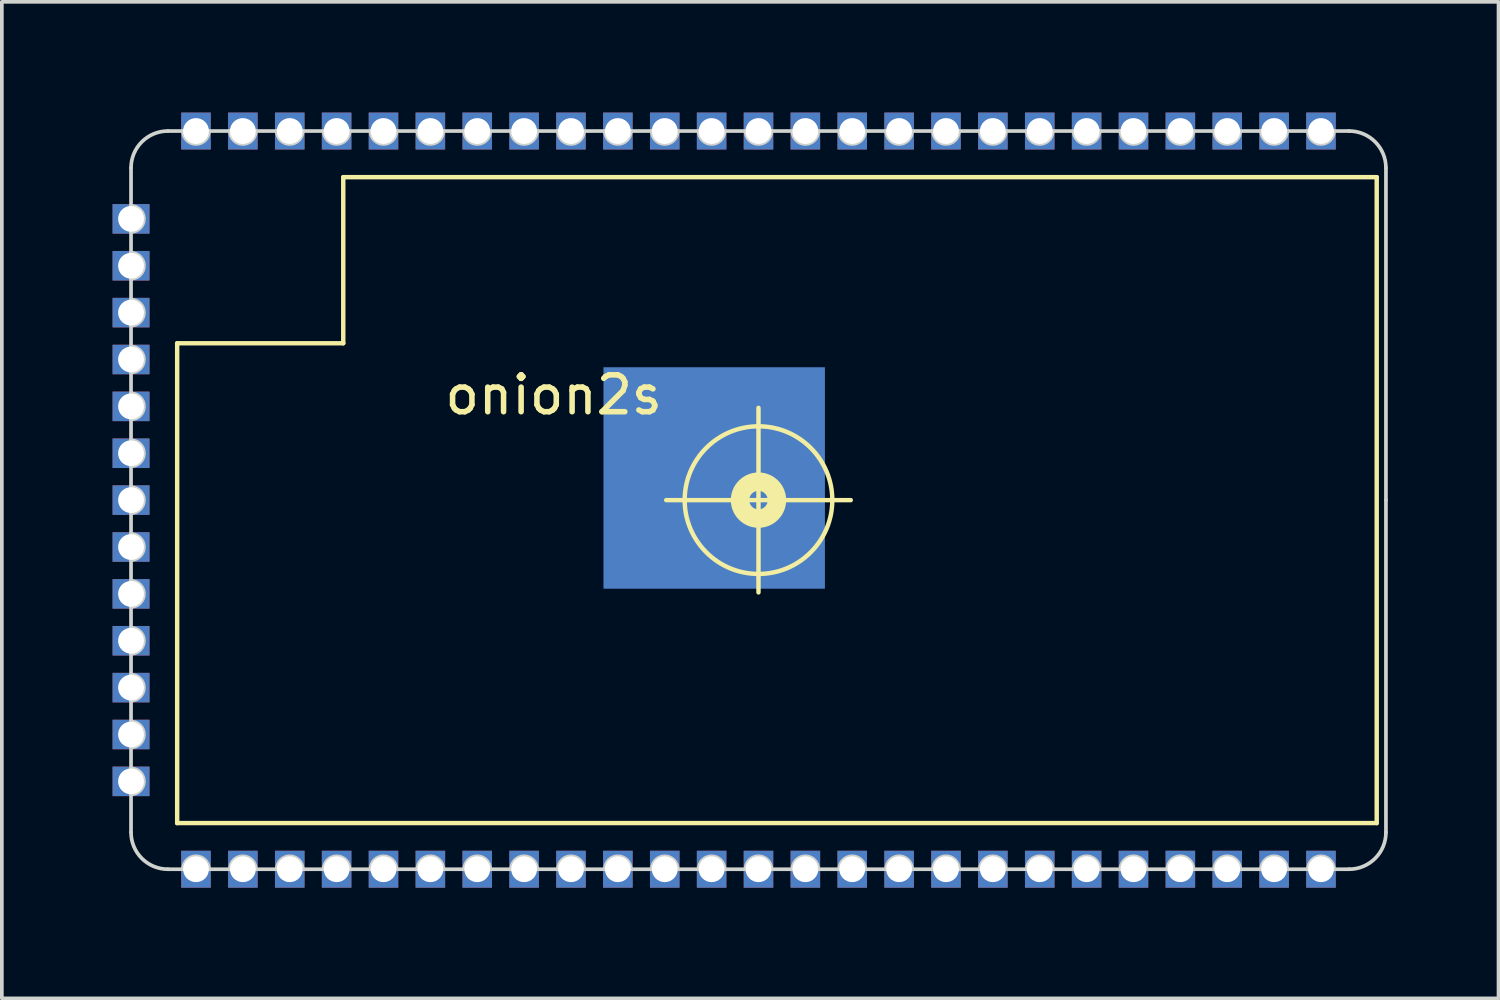
<source format=kicad_pcb>
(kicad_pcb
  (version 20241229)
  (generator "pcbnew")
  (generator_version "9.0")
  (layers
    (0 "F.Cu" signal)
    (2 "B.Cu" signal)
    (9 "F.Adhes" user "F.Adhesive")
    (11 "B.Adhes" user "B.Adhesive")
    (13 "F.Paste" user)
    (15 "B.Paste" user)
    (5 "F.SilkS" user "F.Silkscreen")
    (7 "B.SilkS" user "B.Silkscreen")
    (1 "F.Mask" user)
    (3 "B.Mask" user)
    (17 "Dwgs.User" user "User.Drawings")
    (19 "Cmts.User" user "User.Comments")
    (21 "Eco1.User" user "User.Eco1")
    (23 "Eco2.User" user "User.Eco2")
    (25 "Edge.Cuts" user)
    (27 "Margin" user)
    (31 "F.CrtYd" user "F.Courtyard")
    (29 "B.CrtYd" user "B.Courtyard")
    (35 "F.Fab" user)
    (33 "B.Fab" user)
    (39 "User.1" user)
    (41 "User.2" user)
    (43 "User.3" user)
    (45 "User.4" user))
  (footprint "onion2s"
    (layer "F.Cu")
    (at 0.5 20.5)
    (property "Reference" "onion2s" (at 11.45 -12.85 0) (layer "F.SilkS") (effects (font (size 1 1) (thickness 0.15))))
    (attr through_hole)
    (fp_line (start 1.25 -14.25) (end 1.25 -1.25) (stroke (width 0.12) (type solid)) (layer "F.SilkS"))
    (fp_line (start 1.25 -14.25) (end 5.75 -14.25) (stroke (width 0.12) (type solid)) (layer "F.SilkS"))
    (fp_line (start 1.25 -1.25) (end 33.75 -1.25) (stroke (width 0.12) (type solid)) (layer "F.SilkS"))
    (fp_line (start 5.75 -14.25) (end 5.75 -18.75) (stroke (width 0.12) (type solid)) (layer "F.SilkS"))
    (fp_line (start 17 -10) (end 14.5 -10) (stroke (width 0.12) (type solid)) (layer "F.SilkS"))
    (fp_line (start 17 -10) (end 17 -12.5) (stroke (width 0.12) (type solid)) (layer "F.SilkS"))
    (fp_line (start 17 -10) (end 17 -7.5) (stroke (width 0.12) (type solid)) (layer "F.SilkS"))
    (fp_line (start 17 -10) (end 19.5 -10) (stroke (width 0.12) (type solid)) (layer "F.SilkS"))
    (fp_line (start 33.75 -18.75) (end 5.75 -18.75) (stroke (width 0.12) (type solid)) (layer "F.SilkS"))
    (fp_line (start 33.75 -1.25) (end 33.75 -18.75) (stroke (width 0.12) (type solid)) (layer "F.SilkS"))
    (fp_circle (center 17 -10) (end 15 -10) (stroke (width 0.12) (type solid)) (fill no) (layer "F.SilkS"))
    (fp_circle (center 17 -10) (end 17.5 -10) (stroke (width 0.5) (type solid)) (fill no) (layer "F.SilkS"))
    (fp_line (start 0 -17.97) (end 0 -19) (stroke (width 0.1) (type solid)) (layer "Edge.Cuts"))
    (fp_line (start 0 -16.7) (end 0 -17.27) (stroke (width 0.1) (type solid)) (layer "Edge.Cuts"))
    (fp_line (start 0 -15.43) (end 0 -16) (stroke (width 0.1) (type solid)) (layer "Edge.Cuts"))
    (fp_line (start 0 -14.16) (end 0 -14.73) (stroke (width 0.1) (type solid)) (layer "Edge.Cuts"))
    (fp_line (start 0 -12.89) (end 0 -13.46) (stroke (width 0.1) (type solid)) (layer "Edge.Cuts"))
    (fp_line (start 0 -11.62) (end 0 -12.19) (stroke (width 0.1) (type solid)) (layer "Edge.Cuts"))
    (fp_line (start 0 -10.35) (end 0 -10.92) (stroke (width 0.1) (type solid)) (layer "Edge.Cuts"))
    (fp_line (start 0 -9.08) (end 0 -9.65) (stroke (width 0.1) (type solid)) (layer "Edge.Cuts"))
    (fp_line (start 0 -7.81) (end 0 -8.38) (stroke (width 0.1) (type solid)) (layer "Edge.Cuts"))
    (fp_line (start 0 -6.54) (end 0 -7.11) (stroke (width 0.1) (type solid)) (layer "Edge.Cuts"))
    (fp_line (start 0 -5.27) (end 0 -5.84) (stroke (width 0.1) (type solid)) (layer "Edge.Cuts"))
    (fp_line (start 0 -4) (end 0 -4.57) (stroke (width 0.1) (type solid)) (layer "Edge.Cuts"))
    (fp_line (start 0 -2.73) (end 0 -3.3) (stroke (width 0.1) (type solid)) (layer "Edge.Cuts"))
    (fp_line (start 0 -1) (end 0 -2.03) (stroke (width 0.1) (type solid)) (layer "Edge.Cuts"))
    (fp_line (start 1 -20) (end 1.41 -20) (stroke (width 0.1) (type solid)) (layer "Edge.Cuts"))
    (fp_line (start 1.41 0) (end 1 0) (stroke (width 0.1) (type solid)) (layer "Edge.Cuts"))
    (fp_line (start 2.11 -20) (end 2.68 -20) (stroke (width 0.1) (type solid)) (layer "Edge.Cuts"))
    (fp_line (start 2.68 0) (end 2.11 0) (stroke (width 0.1) (type solid)) (layer "Edge.Cuts"))
    (fp_line (start 3.38 -20) (end 3.95 -20) (stroke (width 0.1) (type solid)) (layer "Edge.Cuts"))
    (fp_line (start 3.95 0) (end 3.38 0) (stroke (width 0.1) (type solid)) (layer "Edge.Cuts"))
    (fp_line (start 4.65 -20) (end 5.22 -20) (stroke (width 0.1) (type solid)) (layer "Edge.Cuts"))
    (fp_line (start 5.22 0) (end 4.65 0) (stroke (width 0.1) (type solid)) (layer "Edge.Cuts"))
    (fp_line (start 5.92 -20) (end 6.49 -20) (stroke (width 0.1) (type solid)) (layer "Edge.Cuts"))
    (fp_line (start 6.49 0) (end 5.92 0) (stroke (width 0.1) (type solid)) (layer "Edge.Cuts"))
    (fp_line (start 7.19 -20) (end 7.76 -20) (stroke (width 0.1) (type solid)) (layer "Edge.Cuts"))
    (fp_line (start 7.76 0) (end 7.19 0) (stroke (width 0.1) (type solid)) (layer "Edge.Cuts"))
    (fp_line (start 8.46 -20) (end 9.03 -20) (stroke (width 0.1) (type solid)) (layer "Edge.Cuts"))
    (fp_line (start 9.03 0) (end 8.46 0) (stroke (width 0.1) (type solid)) (layer "Edge.Cuts"))
    (fp_line (start 9.73 -20) (end 10.3 -20) (stroke (width 0.1) (type solid)) (layer "Edge.Cuts"))
    (fp_line (start 10.3 0) (end 9.73 0) (stroke (width 0.1) (type solid)) (layer "Edge.Cuts"))
    (fp_line (start 11 -20) (end 11.57 -20) (stroke (width 0.1) (type solid)) (layer "Edge.Cuts"))
    (fp_line (start 11.57 0) (end 11 0) (stroke (width 0.1) (type solid)) (layer "Edge.Cuts"))
    (fp_line (start 12.27 -20) (end 12.84 -20) (stroke (width 0.1) (type solid)) (layer "Edge.Cuts"))
    (fp_line (start 12.84 0) (end 12.27 0) (stroke (width 0.1) (type solid)) (layer "Edge.Cuts"))
    (fp_line (start 13.54 -20) (end 14.11 -20) (stroke (width 0.1) (type solid)) (layer "Edge.Cuts"))
    (fp_line (start 14.11 0) (end 13.54 0) (stroke (width 0.1) (type solid)) (layer "Edge.Cuts"))
    (fp_line (start 14.81 -20) (end 15.38 -20) (stroke (width 0.1) (type solid)) (layer "Edge.Cuts"))
    (fp_line (start 15.38 0) (end 14.81 0) (stroke (width 0.1) (type solid)) (layer "Edge.Cuts"))
    (fp_line (start 16.08 -20) (end 16.65 -20) (stroke (width 0.1) (type solid)) (layer "Edge.Cuts"))
    (fp_line (start 16.65 0) (end 16.08 0) (stroke (width 0.1) (type solid)) (layer "Edge.Cuts"))
    (fp_line (start 17.35 -20) (end 17.92 -20) (stroke (width 0.1) (type solid)) (layer "Edge.Cuts"))
    (fp_line (start 17.92 0) (end 17.35 0) (stroke (width 0.1) (type solid)) (layer "Edge.Cuts"))
    (fp_line (start 18.62 -20) (end 19.19 -20) (stroke (width 0.1) (type solid)) (layer "Edge.Cuts"))
    (fp_line (start 19.19 0) (end 18.62 0) (stroke (width 0.1) (type solid)) (layer "Edge.Cuts"))
    (fp_line (start 19.89 -20) (end 20.46 -20) (stroke (width 0.1) (type solid)) (layer "Edge.Cuts"))
    (fp_line (start 20.46 0) (end 19.89 0) (stroke (width 0.1) (type solid)) (layer "Edge.Cuts"))
    (fp_line (start 21.16 -20) (end 21.73 -20) (stroke (width 0.1) (type solid)) (layer "Edge.Cuts"))
    (fp_line (start 21.73 0) (end 21.16 0) (stroke (width 0.1) (type solid)) (layer "Edge.Cuts"))
    (fp_line (start 22.43 -20) (end 23 -20) (stroke (width 0.1) (type solid)) (layer "Edge.Cuts"))
    (fp_line (start 23 0) (end 22.43 0) (stroke (width 0.1) (type solid)) (layer "Edge.Cuts"))
    (fp_line (start 23.7 -20) (end 24.27 -20) (stroke (width 0.1) (type solid)) (layer "Edge.Cuts"))
    (fp_line (start 24.27 0) (end 23.7 0) (stroke (width 0.1) (type solid)) (layer "Edge.Cuts"))
    (fp_line (start 24.97 -20) (end 25.54 -20) (stroke (width 0.1) (type solid)) (layer "Edge.Cuts"))
    (fp_line (start 25.54 0) (end 24.97 0) (stroke (width 0.1) (type solid)) (layer "Edge.Cuts"))
    (fp_line (start 26.24 -20) (end 26.81 -20) (stroke (width 0.1) (type solid)) (layer "Edge.Cuts"))
    (fp_line (start 26.81 0) (end 26.24 0) (stroke (width 0.1) (type solid)) (layer "Edge.Cuts"))
    (fp_line (start 27.51 -20) (end 28.08 -20) (stroke (width 0.1) (type solid)) (layer "Edge.Cuts"))
    (fp_line (start 28.08 0) (end 27.51 0) (stroke (width 0.1) (type solid)) (layer "Edge.Cuts"))
    (fp_line (start 28.78 -20) (end 29.35 -20) (stroke (width 0.1) (type solid)) (layer "Edge.Cuts"))
    (fp_line (start 29.35 0) (end 28.78 0) (stroke (width 0.1) (type solid)) (layer "Edge.Cuts"))
    (fp_line (start 30.05 -20) (end 30.62 -20) (stroke (width 0.1) (type solid)) (layer "Edge.Cuts"))
    (fp_line (start 30.62 0) (end 30.05 0) (stroke (width 0.1) (type solid)) (layer "Edge.Cuts"))
    (fp_line (start 31.32 -20) (end 31.89 -20) (stroke (width 0.1) (type solid)) (layer "Edge.Cuts"))
    (fp_line (start 31.89 0) (end 31.32 0) (stroke (width 0.1) (type solid)) (layer "Edge.Cuts"))
    (fp_line (start 32.59 -20) (end 33 -20) (stroke (width 0.1) (type solid)) (layer "Edge.Cuts"))
    (fp_line (start 33 0) (end 32.59 0) (stroke (width 0.1) (type solid)) (layer "Edge.Cuts"))
    (fp_line (start 34 -19) (end 34 -10) (stroke (width 0.1) (type solid)) (layer "Edge.Cuts"))
    (fp_line (start 34 -10) (end 34 -1) (stroke (width 0.1) (type solid)) (layer "Edge.Cuts"))
    (fp_arc (start 0 -19) (mid 0.292893 -19.707107) (end 1 -20) (stroke (width 0.1) (type solid)) (layer "Edge.Cuts"))
    (fp_arc (start 0 -17.97) (mid 0.35 -17.62) (end 0 -17.27) (stroke (width 0.1) (type solid)) (layer "Edge.Cuts"))
    (fp_arc (start 0 -16.7) (mid 0.35 -16.35) (end 0 -16) (stroke (width 0.1) (type solid)) (layer "Edge.Cuts"))
    (fp_arc (start 0 -15.43) (mid 0.35 -15.08) (end 0 -14.73) (stroke (width 0.1) (type solid)) (layer "Edge.Cuts"))
    (fp_arc (start 0 -14.159999) (mid 0.35 -13.809999) (end 0 -13.459999) (stroke (width 0.1) (type solid)) (layer "Edge.Cuts"))
    (fp_arc (start 0 -12.89) (mid 0.35 -12.54) (end 0 -12.19) (stroke (width 0.1) (type solid)) (layer "Edge.Cuts"))
    (fp_arc (start 0 -11.62) (mid 0.35 -11.27) (end 0 -10.92) (stroke (width 0.1) (type solid)) (layer "Edge.Cuts"))
    (fp_arc (start 0 -10.35) (mid 0.35 -10) (end 0 -9.65) (stroke (width 0.1) (type solid)) (layer "Edge.Cuts"))
    (fp_arc (start 0 -9.08) (mid 0.35 -8.73) (end 0 -8.38) (stroke (width 0.1) (type solid)) (layer "Edge.Cuts"))
    (fp_arc (start 0 -7.809999) (mid 0.35 -7.459999) (end 0 -7.109999) (stroke (width 0.1) (type solid)) (layer "Edge.Cuts"))
    (fp_arc (start 0 -6.539998) (mid 0.349999 -6.189999) (end 0 -5.84) (stroke (width 0.1) (type solid)) (layer "Edge.Cuts"))
    (fp_arc (start 0 -5.27) (mid 0.35 -4.92) (end 0 -4.57) (stroke (width 0.1) (type solid)) (layer "Edge.Cuts"))
    (fp_arc (start 0 -4) (mid 0.35 -3.65) (end 0 -3.3) (stroke (width 0.1) (type solid)) (layer "Edge.Cuts"))
    (fp_arc (start 0 -2.730001) (mid 0.350001 -2.38) (end 0 -2.029999) (stroke (width 0.1) (type solid)) (layer "Edge.Cuts"))
    (fp_arc (start 1 0) (mid 0.292893 -0.292893) (end 0 -1) (stroke (width 0.1) (type solid)) (layer "Edge.Cuts"))
    (fp_arc (start 1.41 0) (mid 1.76 -0.35) (end 2.11 0) (stroke (width 0.1) (type solid)) (layer "Edge.Cuts"))
    (fp_arc (start 2.11 -20) (mid 1.76 -19.65) (end 1.41 -20) (stroke (width 0.1) (type solid)) (layer "Edge.Cuts"))
    (fp_arc (start 2.68 0) (mid 3.03 -0.35) (end 3.38 0) (stroke (width 0.1) (type solid)) (layer "Edge.Cuts"))
    (fp_arc (start 3.380001 -20) (mid 3.03 -19.649999) (end 2.679999 -20) (stroke (width 0.1) (type solid)) (layer "Edge.Cuts"))
    (fp_arc (start 3.950001 0) (mid 4.3 -0.349999) (end 4.649999 0) (stroke (width 0.1) (type solid)) (layer "Edge.Cuts"))
    (fp_arc (start 4.650001 -20) (mid 4.3 -19.649999) (end 3.949999 -20) (stroke (width 0.1) (type solid)) (layer "Edge.Cuts"))
    (fp_arc (start 5.22 0) (mid 5.57 -0.35) (end 5.92 0) (stroke (width 0.1) (type solid)) (layer "Edge.Cuts"))
    (fp_arc (start 5.92 -20) (mid 5.57 -19.65) (end 5.22 -20) (stroke (width 0.1) (type solid)) (layer "Edge.Cuts"))
    (fp_arc (start 6.490001 0) (mid 6.84 -0.349999) (end 7.189999 0) (stroke (width 0.1) (type solid)) (layer "Edge.Cuts"))
    (fp_arc (start 7.19 -20) (mid 6.84 -19.65) (end 6.49 -20) (stroke (width 0.1) (type solid)) (layer "Edge.Cuts"))
    (fp_arc (start 7.759998 0) (mid 8.109999 -0.350001) (end 8.46 0) (stroke (width 0.1) (type solid)) (layer "Edge.Cuts"))
    (fp_arc (start 8.459998 -20) (mid 8.109999 -19.650001) (end 7.76 -20) (stroke (width 0.1) (type solid)) (layer "Edge.Cuts"))
    (fp_arc (start 9.03 0) (mid 9.38 -0.35) (end 9.73 0) (stroke (width 0.1) (type solid)) (layer "Edge.Cuts"))
    (fp_arc (start 9.73 -20) (mid 9.38 -19.65) (end 9.03 -20) (stroke (width 0.1) (type solid)) (layer "Edge.Cuts"))
    (fp_arc (start 10.3 0) (mid 10.65 -0.35) (end 11 0) (stroke (width 0.1) (type solid)) (layer "Edge.Cuts"))
    (fp_arc (start 11 -20) (mid 10.65 -19.65) (end 10.3 -20) (stroke (width 0.1) (type solid)) (layer "Edge.Cuts"))
    (fp_arc (start 11.57 0) (mid 11.92 -0.35) (end 12.27 0) (stroke (width 0.1) (type solid)) (layer "Edge.Cuts"))
    (fp_arc (start 12.27 -20) (mid 11.92 -19.65) (end 11.57 -20) (stroke (width 0.1) (type solid)) (layer "Edge.Cuts"))
    (fp_arc (start 12.84 0) (mid 13.19 -0.35) (end 13.54 0) (stroke (width 0.1) (type solid)) (layer "Edge.Cuts"))
    (fp_arc (start 13.54 -20) (mid 13.19 -19.65) (end 12.84 -20) (stroke (width 0.1) (type solid)) (layer "Edge.Cuts"))
    (fp_arc (start 14.110001 0) (mid 14.46 -0.349999) (end 14.809999 0) (stroke (width 0.1) (type solid)) (layer "Edge.Cuts"))
    (fp_arc (start 14.81 -20) (mid 14.46 -19.65) (end 14.11 -20) (stroke (width 0.1) (type solid)) (layer "Edge.Cuts"))
    (fp_arc (start 15.379999 0) (mid 15.729999 -0.35) (end 16.079999 0) (stroke (width 0.1) (type solid)) (layer "Edge.Cuts"))
    (fp_arc (start 16.079999 -20) (mid 15.729999 -19.65) (end 15.379999 -20) (stroke (width 0.1) (type solid)) (layer "Edge.Cuts"))
    (fp_arc (start 16.65 0) (mid 17 -0.35) (end 17.35 0) (stroke (width 0.1) (type solid)) (layer "Edge.Cuts"))
    (fp_arc (start 17.350001 -20) (mid 17 -19.649999) (end 16.649999 -20) (stroke (width 0.1) (type solid)) (layer "Edge.Cuts"))
    (fp_arc (start 17.92 0) (mid 18.27 -0.35) (end 18.62 0) (stroke (width 0.1) (type solid)) (layer "Edge.Cuts"))
    (fp_arc (start 18.62 -20) (mid 18.27 -19.65) (end 17.92 -20) (stroke (width 0.1) (type solid)) (layer "Edge.Cuts"))
    (fp_arc (start 19.19 0) (mid 19.54 -0.35) (end 19.89 0) (stroke (width 0.1) (type solid)) (layer "Edge.Cuts"))
    (fp_arc (start 19.890001 -20) (mid 19.54 -19.649999) (end 19.189999 -20) (stroke (width 0.1) (type solid)) (layer "Edge.Cuts"))
    (fp_arc (start 20.46 0) (mid 20.81 -0.35) (end 21.16 0) (stroke (width 0.1) (type solid)) (layer "Edge.Cuts"))
    (fp_arc (start 21.160001 -20) (mid 20.81 -19.649999) (end 20.459999 -20) (stroke (width 0.1) (type solid)) (layer "Edge.Cuts"))
    (fp_arc (start 21.73 0) (mid 22.08 -0.35) (end 22.43 0) (stroke (width 0.1) (type solid)) (layer "Edge.Cuts"))
    (fp_arc (start 22.430001 -20) (mid 22.08 -19.649999) (end 21.729999 -20) (stroke (width 0.1) (type solid)) (layer "Edge.Cuts"))
    (fp_arc (start 22.999999 0) (mid 23.349999 -0.35) (end 23.699999 0) (stroke (width 0.1) (type solid)) (layer "Edge.Cuts"))
    (fp_arc (start 23.699999 -20) (mid 23.349999 -19.65) (end 22.999999 -20) (stroke (width 0.1) (type solid)) (layer "Edge.Cuts"))
    (fp_arc (start 24.269998 0) (mid 24.619999 -0.350001) (end 24.97 0) (stroke (width 0.1) (type solid)) (layer "Edge.Cuts"))
    (fp_arc (start 24.969999 -20) (mid 24.619999 -19.65) (end 24.269999 -20) (stroke (width 0.1) (type solid)) (layer "Edge.Cuts"))
    (fp_arc (start 25.539998 0) (mid 25.889999 -0.350001) (end 26.24 0) (stroke (width 0.1) (type solid)) (layer "Edge.Cuts"))
    (fp_arc (start 26.239999 -20) (mid 25.889999 -19.65) (end 25.539999 -20) (stroke (width 0.1) (type solid)) (layer "Edge.Cuts"))
    (fp_arc (start 26.81 0) (mid 27.16 -0.35) (end 27.51 0) (stroke (width 0.1) (type solid)) (layer "Edge.Cuts"))
    (fp_arc (start 27.51 -20) (mid 27.16 -19.65) (end 26.81 -20) (stroke (width 0.1) (type solid)) (layer "Edge.Cuts"))
    (fp_arc (start 28.08 0) (mid 28.43 -0.35) (end 28.78 0) (stroke (width 0.1) (type solid)) (layer "Edge.Cuts"))
    (fp_arc (start 28.78 -20) (mid 28.43 -19.65) (end 28.08 -20) (stroke (width 0.1) (type solid)) (layer "Edge.Cuts"))
    (fp_arc (start 29.35 0) (mid 29.7 -0.35) (end 30.05 0) (stroke (width 0.1) (type solid)) (layer "Edge.Cuts"))
    (fp_arc (start 30.050001 -20) (mid 29.7 -19.649999) (end 29.349999 -20) (stroke (width 0.1) (type solid)) (layer "Edge.Cuts"))
    (fp_arc (start 30.62 0) (mid 30.97 -0.35) (end 31.32 0) (stroke (width 0.1) (type solid)) (layer "Edge.Cuts"))
    (fp_arc (start 31.320001 -20) (mid 30.97 -19.649999) (end 30.619999 -20) (stroke (width 0.1) (type solid)) (layer "Edge.Cuts"))
    (fp_arc (start 31.89 0) (mid 32.24 -0.35) (end 32.59 0) (stroke (width 0.1) (type solid)) (layer "Edge.Cuts"))
    (fp_arc (start 32.59 -20) (mid 32.24 -19.65) (end 31.89 -20) (stroke (width 0.1) (type solid)) (layer "Edge.Cuts"))
    (fp_arc (start 32.999998 -20) (mid 33.707106 -19.707107) (end 34 -19) (stroke (width 0.1) (type solid)) (layer "Edge.Cuts"))
    (fp_arc (start 33.999999 -0.999999) (mid 33.707106 -0.292893) (end 33 0) (stroke (width 0.1) (type solid)) (layer "Edge.Cuts"))
    (pad "1" thru_hole rect (at 32.24 -20) (size 0.8 1) (drill 0.7) (layers "*.Cu" "*.Mask"))
    (pad "2" thru_hole rect (at 30.97 -20) (size 0.8 1) (drill 0.7) (layers "*.Cu" "*.Mask"))
    (pad "3" thru_hole rect (at 29.7 -20) (size 0.8 1) (drill 0.7) (layers "*.Cu" "*.Mask"))
    (pad "4" thru_hole rect (at 28.43 -20) (size 0.8 1) (drill 0.7) (layers "*.Cu" "*.Mask"))
    (pad "5" thru_hole rect (at 27.16 -20) (size 0.8 1) (drill 0.7) (layers "*.Cu" "*.Mask"))
    (pad "6" thru_hole rect (at 25.89 -20) (size 0.8 1) (drill 0.7) (layers "*.Cu" "*.Mask"))
    (pad "7" thru_hole rect (at 24.62 -20) (size 0.8 1) (drill 0.7) (layers "*.Cu" "*.Mask"))
    (pad "8" thru_hole rect (at 23.35 -20) (size 0.8 1) (drill 0.7) (layers "*.Cu" "*.Mask"))
    (pad "9" thru_hole rect (at 22.08 -20) (size 0.8 1) (drill 0.7) (layers "*.Cu" "*.Mask"))
    (pad "10" thru_hole rect (at 20.81 -20) (size 0.8 1) (drill 0.7) (layers "*.Cu" "*.Mask"))
    (pad "11" thru_hole rect (at 19.54 -20) (size 0.8 1) (drill 0.7) (layers "*.Cu" "*.Mask"))
    (pad "12" thru_hole rect (at 18.27 -20) (size 0.8 1) (drill 0.7) (layers "*.Cu" "*.Mask"))
    (pad "13" thru_hole rect (at 17 -20) (size 0.8 1) (drill 0.7) (layers "*.Cu" "*.Mask"))
    (pad "14" thru_hole rect (at 15.73 -20) (size 0.8 1) (drill 0.7) (layers "*.Cu" "*.Mask"))
    (pad "15" thru_hole rect (at 14.46 -20) (size 0.8 1) (drill 0.7) (layers "*.Cu" "*.Mask"))
    (pad "16" thru_hole rect (at 13.19 -20) (size 0.8 1) (drill 0.7) (layers "*.Cu" "*.Mask"))
    (pad "17" thru_hole rect (at 11.92 -20) (size 0.8 1) (drill 0.7) (layers "*.Cu" "*.Mask"))
    (pad "18" thru_hole rect (at 10.65 -20) (size 0.8 1) (drill 0.7) (layers "*.Cu" "*.Mask"))
    (pad "19" thru_hole rect (at 9.38 -20) (size 0.8 1) (drill 0.7) (layers "*.Cu" "*.Mask"))
    (pad "20" thru_hole rect (at 8.11 -20) (size 0.8 1) (drill 0.7) (layers "*.Cu" "*.Mask"))
    (pad "21" thru_hole rect (at 6.84 -20) (size 0.8 1) (drill 0.7) (layers "*.Cu" "*.Mask"))
    (pad "22" thru_hole rect (at 5.57 -20) (size 0.8 1) (drill 0.7) (layers "*.Cu" "*.Mask"))
    (pad "23" thru_hole rect (at 4.3 -20) (size 0.8 1) (drill 0.7) (layers "*.Cu" "*.Mask"))
    (pad "24" thru_hole rect (at 3.03 -20) (size 0.8 1) (drill 0.7) (layers "*.Cu" "*.Mask"))
    (pad "25" thru_hole rect (at 1.76 -20) (size 0.8 1) (drill 0.7) (layers "*.Cu" "*.Mask"))
    (pad "26" thru_hole rect (at 0 -17.62 90) (size 0.8 1) (drill 0.7) (layers "*.Cu" "*.Mask"))
    (pad "27" thru_hole rect (at 0 -16.35 90) (size 0.8 1) (drill 0.7) (layers "*.Cu" "*.Mask"))
    (pad "28" thru_hole rect (at 0 -15.08 90) (size 0.8 1) (drill 0.7) (layers "*.Cu" "*.Mask"))
    (pad "29" thru_hole rect (at 0 -13.81 90) (size 0.8 1) (drill 0.7) (layers "*.Cu" "*.Mask"))
    (pad "30" thru_hole rect (at 0 -12.54 90) (size 0.8 1) (drill 0.7) (layers "*.Cu" "*.Mask"))
    (pad "31" thru_hole rect (at 0 -11.27 90) (size 0.8 1) (drill 0.7) (layers "*.Cu" "*.Mask"))
    (pad "32" thru_hole rect (at 0 -10 90) (size 0.8 1) (drill 0.7) (layers "*.Cu" "*.Mask"))
    (pad "33" thru_hole rect (at 0 -8.73 90) (size 0.8 1) (drill 0.7) (layers "*.Cu" "*.Mask"))
    (pad "34" thru_hole rect (at 0 -7.46 90) (size 0.8 1) (drill 0.7) (layers "*.Cu" "*.Mask"))
    (pad "35" thru_hole rect (at 0 -6.19 90) (size 0.8 1) (drill 0.7) (layers "*.Cu" "*.Mask"))
    (pad "36" thru_hole rect (at 0 -4.92 90) (size 0.8 1) (drill 0.7) (layers "*.Cu" "*.Mask"))
    (pad "37" thru_hole rect (at 0 -3.65 90) (size 0.8 1) (drill 0.7) (layers "*.Cu" "*.Mask"))
    (pad "38" thru_hole rect (at 0 -2.38 90) (size 0.8 1) (drill 0.7) (layers "*.Cu" "*.Mask"))
    (pad "39" thru_hole rect (at 1.76 0) (size 0.8 1) (drill 0.7) (layers "*.Cu" "*.Mask"))
    (pad "40" thru_hole rect (at 3.03 0) (size 0.8 1) (drill 0.7) (layers "*.Cu" "*.Mask"))
    (pad "41" thru_hole rect (at 4.3 0) (size 0.8 1) (drill 0.7) (layers "*.Cu" "*.Mask"))
    (pad "42" thru_hole rect (at 5.57 0) (size 0.8 1) (drill 0.7) (layers "*.Cu" "*.Mask"))
    (pad "43" thru_hole rect (at 6.84 0) (size 0.8 1) (drill 0.7) (layers "*.Cu" "*.Mask"))
    (pad "44" thru_hole rect (at 8.11 0) (size 0.8 1) (drill 0.7) (layers "*.Cu" "*.Mask"))
    (pad "45" thru_hole rect (at 9.38 0) (size 0.8 1) (drill 0.7) (layers "*.Cu" "*.Mask"))
    (pad "46" thru_hole rect (at 10.65 0) (size 0.8 1) (drill 0.7) (layers "*.Cu" "*.Mask"))
    (pad "47" thru_hole rect (at 11.92 0) (size 0.8 1) (drill 0.7) (layers "*.Cu" "*.Mask"))
    (pad "48" thru_hole rect (at 13.19 0) (size 0.8 1) (drill 0.7) (layers "*.Cu" "*.Mask"))
    (pad "49" thru_hole rect (at 14.46 0) (size 0.8 1) (drill 0.7) (layers "*.Cu" "*.Mask"))
    (pad "50" thru_hole rect (at 15.73 0) (size 0.8 1) (drill 0.7) (layers "*.Cu" "*.Mask"))
    (pad "51" thru_hole rect (at 17 0) (size 0.8 1) (drill 0.7) (layers "*.Cu" "*.Mask"))
    (pad "52" thru_hole rect (at 18.27 0) (size 0.8 1) (drill 0.7) (layers "*.Cu" "*.Mask"))
    (pad "53" thru_hole rect (at 19.54 0) (size 0.8 1) (drill 0.7) (layers "*.Cu" "*.Mask"))
    (pad "54" thru_hole rect (at 20.81 0) (size 0.8 1) (drill 0.7) (layers "*.Cu" "*.Mask"))
    (pad "55" thru_hole rect (at 22.08 0) (size 0.8 1) (drill 0.7) (layers "*.Cu" "*.Mask"))
    (pad "56" thru_hole rect (at 23.35 0) (size 0.8 1) (drill 0.7) (layers "*.Cu" "*.Mask"))
    (pad "57" thru_hole rect (at 24.62 0) (size 0.8 1) (drill 0.7) (layers "*.Cu" "*.Mask"))
    (pad "58" thru_hole rect (at 25.89 0) (size 0.8 1) (drill 0.7) (layers "*.Cu" "*.Mask"))
    (pad "59" thru_hole rect (at 27.16 0) (size 0.8 1) (drill 0.7) (layers "*.Cu" "*.Mask"))
    (pad "60" thru_hole rect (at 28.43 0) (size 0.8 1) (drill 0.7) (layers "*.Cu" "*.Mask"))
    (pad "61" thru_hole rect (at 29.7 0) (size 0.8 1) (drill 0.7) (layers "*.Cu" "*.Mask"))
    (pad "62" thru_hole rect (at 30.97 0) (size 0.8 1) (drill 0.7) (layers "*.Cu" "*.Mask"))
    (pad "63" thru_hole rect (at 32.24 0) (size 0.8 1) (drill 0.7) (layers "*.Cu" "*.Mask"))
    (pad "64" smd rect (at 15.8 -10.6) (size 6 6) (layers "B.Cu" "B.Mask" "B.Paste")))
  (gr_rect
    (start -3 -3)
    (end 37.55 24)
    (stroke (width 0.1) (type default))
    (fill no)
    (layer "Edge.Cuts")))
</source>
